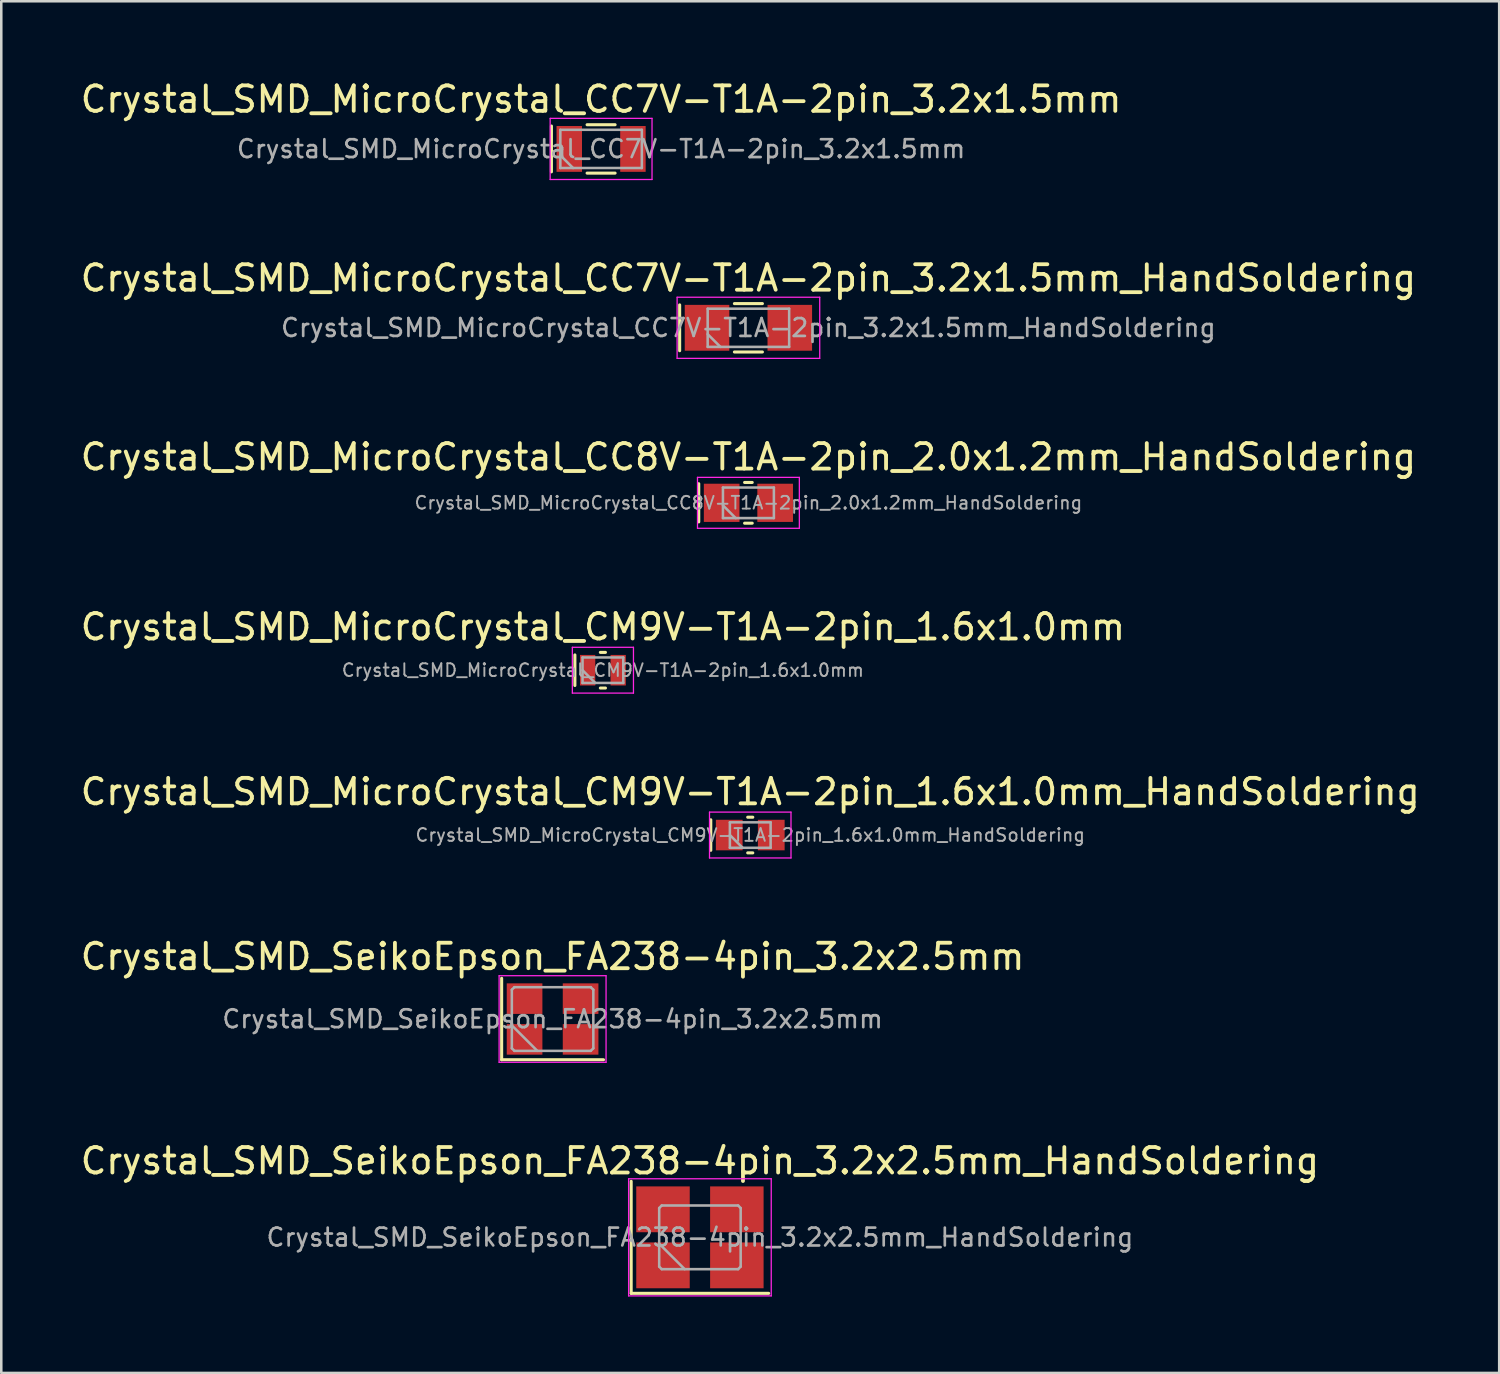
<source format=kicad_pcb>
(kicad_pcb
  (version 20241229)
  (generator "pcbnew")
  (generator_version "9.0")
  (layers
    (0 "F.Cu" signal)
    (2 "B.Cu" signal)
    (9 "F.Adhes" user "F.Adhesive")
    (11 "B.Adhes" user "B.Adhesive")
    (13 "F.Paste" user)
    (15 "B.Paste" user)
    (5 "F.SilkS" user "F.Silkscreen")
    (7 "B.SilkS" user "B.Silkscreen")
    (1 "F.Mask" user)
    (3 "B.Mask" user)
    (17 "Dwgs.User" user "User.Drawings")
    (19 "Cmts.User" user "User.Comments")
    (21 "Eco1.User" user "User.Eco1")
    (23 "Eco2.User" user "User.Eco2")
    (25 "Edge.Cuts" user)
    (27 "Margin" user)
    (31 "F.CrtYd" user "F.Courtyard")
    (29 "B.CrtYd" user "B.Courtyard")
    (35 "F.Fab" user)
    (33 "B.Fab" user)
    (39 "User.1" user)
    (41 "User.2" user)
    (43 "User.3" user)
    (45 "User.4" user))
  (footprint "Crystal_SMD_MicroCrystal_CC7V-T1A-2pin_3.2x1.5mm_HandSoldering"
    (layer "F.Cu")
    (at 26.339 9.822)
    (property "Reference" "Crystal_SMD_MicroCrystal_CC7V-T1A-2pin_3.2x1.5mm_HandSoldering" (at 0 -1.95 0) (layer "F.SilkS") (effects (font (size 1 1) (thickness 0.15))))
    (attr smd)
    (fp_line (start -2.7 -0.9) (end -2.7 0.9) (stroke (width 0.12) (type solid)) (layer "F.SilkS"))
    (fp_line (start -0.55 -0.95) (end 0.55 -0.95) (stroke (width 0.12) (type solid)) (layer "F.SilkS"))
    (fp_line (start -0.55 0.95) (end 0.55 0.95) (stroke (width 0.12) (type solid)) (layer "F.SilkS"))
    (fp_line (start -2.8 -1.2) (end -2.8 1.2) (stroke (width 0.05) (type solid)) (layer "F.CrtYd"))
    (fp_line (start -2.8 1.2) (end 2.8 1.2) (stroke (width 0.05) (type solid)) (layer "F.CrtYd"))
    (fp_line (start 2.8 -1.2) (end -2.8 -1.2) (stroke (width 0.05) (type solid)) (layer "F.CrtYd"))
    (fp_line (start 2.8 1.2) (end 2.8 -1.2) (stroke (width 0.05) (type solid)) (layer "F.CrtYd"))
    (fp_line (start -1.6 -0.75) (end -1.6 0.75) (stroke (width 0.1) (type solid)) (layer "F.Fab"))
    (fp_line (start -1.6 0.25) (end -1.1 0.75) (stroke (width 0.1) (type solid)) (layer "F.Fab"))
    (fp_line (start -1.6 0.75) (end 1.6 0.75) (stroke (width 0.1) (type solid)) (layer "F.Fab"))
    (fp_line (start 1.6 -0.75) (end -1.6 -0.75) (stroke (width 0.1) (type solid)) (layer "F.Fab"))
    (fp_line (start 1.6 0.75) (end 1.6 -0.75) (stroke (width 0.1) (type solid)) (layer "F.Fab"))
    (fp_text user "${REFERENCE}" (at 0 0 0) (layer "F.Fab") (effects (font (size 0.7 0.7) (thickness 0.105))))
    (pad "1" smd rect (at -1.625 0) (size 1.75 1.8) (layers "F.Cu" "F.Mask" "F.Paste"))
    (pad "2" smd rect (at 1.625 0) (size 1.75 1.8) (layers "F.Cu" "F.Mask" "F.Paste")))
  (footprint "Crystal_SMD_MicroCrystal_CC7V-T1A-2pin_3.2x1.5mm"
    (layer "F.Cu")
    (at 20.554 2.798)
    (property "Reference" "Crystal_SMD_MicroCrystal_CC7V-T1A-2pin_3.2x1.5mm" (at 0 -1.95 0) (layer "F.SilkS") (effects (font (size 1 1) (thickness 0.15))))
    (attr smd)
    (fp_line (start -1.95 -0.9) (end -1.95 0.9) (stroke (width 0.12) (type solid)) (layer "F.SilkS"))
    (fp_line (start -0.55 -0.95) (end 0.55 -0.95) (stroke (width 0.12) (type solid)) (layer "F.SilkS"))
    (fp_line (start -0.55 0.95) (end 0.55 0.95) (stroke (width 0.12) (type solid)) (layer "F.SilkS"))
    (fp_line (start -2 -1.2) (end -2 1.2) (stroke (width 0.05) (type solid)) (layer "F.CrtYd"))
    (fp_line (start -2 1.2) (end 2 1.2) (stroke (width 0.05) (type solid)) (layer "F.CrtYd"))
    (fp_line (start 2 -1.2) (end -2 -1.2) (stroke (width 0.05) (type solid)) (layer "F.CrtYd"))
    (fp_line (start 2 1.2) (end 2 -1.2) (stroke (width 0.05) (type solid)) (layer "F.CrtYd"))
    (fp_line (start -1.6 -0.75) (end -1.6 0.75) (stroke (width 0.1) (type solid)) (layer "F.Fab"))
    (fp_line (start -1.6 0.25) (end -1.1 0.75) (stroke (width 0.1) (type solid)) (layer "F.Fab"))
    (fp_line (start -1.6 0.75) (end 1.6 0.75) (stroke (width 0.1) (type solid)) (layer "F.Fab"))
    (fp_line (start 1.6 -0.75) (end -1.6 -0.75) (stroke (width 0.1) (type solid)) (layer "F.Fab"))
    (fp_line (start 1.6 0.75) (end 1.6 -0.75) (stroke (width 0.1) (type solid)) (layer "F.Fab"))
    (fp_text user "${REFERENCE}" (at 0 0 0) (layer "F.Fab") (effects (font (size 0.7 0.7) (thickness 0.105))))
    (pad "1" smd rect (at -1.25 0) (size 1 1.8) (layers "F.Cu" "F.Mask" "F.Paste"))
    (pad "2" smd rect (at 1.25 0) (size 1 1.8) (layers "F.Cu" "F.Mask" "F.Paste")))
  (footprint "Crystal_SMD_MicroCrystal_CC8V-T1A-2pin_2.0x1.2mm_HandSoldering"
    (layer "F.Cu")
    (at 26.339 16.695)
    (property "Reference" "Crystal_SMD_MicroCrystal_CC8V-T1A-2pin_2.0x1.2mm_HandSoldering" (at 0 -1.8 0) (layer "F.SilkS") (effects (font (size 1 1) (thickness 0.15))))
    (attr smd)
    (fp_line (start -1.95 -0.75) (end -1.95 0.75) (stroke (width 0.12) (type solid)) (layer "F.SilkS"))
    (fp_line (start -0.15 -0.8) (end 0.15 -0.8) (stroke (width 0.12) (type solid)) (layer "F.SilkS"))
    (fp_line (start -0.15 0.8) (end 0.15 0.8) (stroke (width 0.12) (type solid)) (layer "F.SilkS"))
    (fp_line (start -2 -1) (end -2 1) (stroke (width 0.05) (type solid)) (layer "F.CrtYd"))
    (fp_line (start -2 1) (end 2 1) (stroke (width 0.05) (type solid)) (layer "F.CrtYd"))
    (fp_line (start 2 -1) (end -2 -1) (stroke (width 0.05) (type solid)) (layer "F.CrtYd"))
    (fp_line (start 2 1) (end 2 -1) (stroke (width 0.05) (type solid)) (layer "F.CrtYd"))
    (fp_line (start -1 -0.6) (end -1 0.6) (stroke (width 0.1) (type solid)) (layer "F.Fab"))
    (fp_line (start -1 0.1) (end -0.5 0.6) (stroke (width 0.1) (type solid)) (layer "F.Fab"))
    (fp_line (start -1 0.6) (end 1 0.6) (stroke (width 0.1) (type solid)) (layer "F.Fab"))
    (fp_line (start 1 -0.6) (end -1 -0.6) (stroke (width 0.1) (type solid)) (layer "F.Fab"))
    (fp_line (start 1 0.6) (end 1 -0.6) (stroke (width 0.1) (type solid)) (layer "F.Fab"))
    (fp_text user "${REFERENCE}" (at 0 0 0) (layer "F.Fab") (effects (font (size 0.5 0.5) (thickness 0.075))))
    (pad "1" smd rect (at -1.05 0) (size 1.4 1.5) (layers "F.Cu" "F.Mask" "F.Paste"))
    (pad "2" smd rect (at 1.05 0) (size 1.4 1.5) (layers "F.Cu" "F.Mask" "F.Paste")))
  (footprint "Crystal_SMD_MicroCrystal_CM9V-T1A-2pin_1.6x1.0mm"
    (layer "F.Cu")
    (at 20.625 23.268)
    (property "Reference" "Crystal_SMD_MicroCrystal_CM9V-T1A-2pin_1.6x1.0mm" (at 0 -1.7 0) (layer "F.SilkS") (effects (font (size 1 1) (thickness 0.15))))
    (attr smd)
    (fp_line (start -1.1 -0.6) (end -1.1 0.6) (stroke (width 0.12) (type solid)) (layer "F.SilkS"))
    (fp_line (start -0.1 -0.7) (end 0.1 -0.7) (stroke (width 0.12) (type solid)) (layer "F.SilkS"))
    (fp_line (start -0.1 0.7) (end 0.1 0.7) (stroke (width 0.12) (type solid)) (layer "F.SilkS"))
    (fp_line (start -1.2 -0.9) (end -1.2 0.9) (stroke (width 0.05) (type solid)) (layer "F.CrtYd"))
    (fp_line (start -1.2 0.9) (end 1.2 0.9) (stroke (width 0.05) (type solid)) (layer "F.CrtYd"))
    (fp_line (start 1.2 -0.9) (end -1.2 -0.9) (stroke (width 0.05) (type solid)) (layer "F.CrtYd"))
    (fp_line (start 1.2 0.9) (end 1.2 -0.9) (stroke (width 0.05) (type solid)) (layer "F.CrtYd"))
    (fp_line (start -0.8 -0.5) (end -0.8 0.5) (stroke (width 0.1) (type solid)) (layer "F.Fab"))
    (fp_line (start -0.8 0) (end -0.3 0.5) (stroke (width 0.1) (type solid)) (layer "F.Fab"))
    (fp_line (start -0.8 0.5) (end 0.8 0.5) (stroke (width 0.1) (type solid)) (layer "F.Fab"))
    (fp_line (start 0.8 -0.5) (end -0.8 -0.5) (stroke (width 0.1) (type solid)) (layer "F.Fab"))
    (fp_line (start 0.8 0.5) (end 0.8 -0.5) (stroke (width 0.1) (type solid)) (layer "F.Fab"))
    (fp_text user "${REFERENCE}" (at 0 0 0) (layer "F.Fab") (effects (font (size 0.5 0.5) (thickness 0.075))))
    (pad "1" smd rect (at -0.6 0) (size 0.6 1.2) (layers "F.Cu" "F.Mask" "F.Paste"))
    (pad "2" smd rect (at 0.6 0) (size 0.6 1.2) (layers "F.Cu" "F.Mask" "F.Paste")))
  (footprint "Crystal_SMD_MicroCrystal_CM9V-T1A-2pin_1.6x1.0mm_HandSoldering"
    (layer "F.Cu")
    (at 26.411 29.741)
    (property "Reference" "Crystal_SMD_MicroCrystal_CM9V-T1A-2pin_1.6x1.0mm_HandSoldering" (at 0 -1.7 0) (layer "F.SilkS") (effects (font (size 1 1) (thickness 0.15))))
    (attr smd)
    (fp_line (start -1.55 -0.6) (end -1.55 0.6) (stroke (width 0.12) (type solid)) (layer "F.SilkS"))
    (fp_line (start -0.1 -0.7) (end 0.1 -0.7) (stroke (width 0.12) (type solid)) (layer "F.SilkS"))
    (fp_line (start -0.1 0.7) (end 0.1 0.7) (stroke (width 0.12) (type solid)) (layer "F.SilkS"))
    (fp_line (start -1.6 -0.9) (end -1.6 0.9) (stroke (width 0.05) (type solid)) (layer "F.CrtYd"))
    (fp_line (start -1.6 0.9) (end 1.6 0.9) (stroke (width 0.05) (type solid)) (layer "F.CrtYd"))
    (fp_line (start 1.6 -0.9) (end -1.6 -0.9) (stroke (width 0.05) (type solid)) (layer "F.CrtYd"))
    (fp_line (start 1.6 0.9) (end 1.6 -0.9) (stroke (width 0.05) (type solid)) (layer "F.CrtYd"))
    (fp_line (start -0.8 -0.5) (end -0.8 0.5) (stroke (width 0.1) (type solid)) (layer "F.Fab"))
    (fp_line (start -0.8 0) (end -0.3 0.5) (stroke (width 0.1) (type solid)) (layer "F.Fab"))
    (fp_line (start -0.8 0.5) (end 0.8 0.5) (stroke (width 0.1) (type solid)) (layer "F.Fab"))
    (fp_line (start 0.8 -0.5) (end -0.8 -0.5) (stroke (width 0.1) (type solid)) (layer "F.Fab"))
    (fp_line (start 0.8 0.5) (end 0.8 -0.5) (stroke (width 0.1) (type solid)) (layer "F.Fab"))
    (fp_text user "${REFERENCE}" (at 0 0 0) (layer "F.Fab") (effects (font (size 0.5 0.5) (thickness 0.075))))
    (pad "1" smd rect (at -0.825 0) (size 1.05 1.2) (layers "F.Cu" "F.Mask" "F.Paste"))
    (pad "2" smd rect (at 0.825 0) (size 1.05 1.2) (layers "F.Cu" "F.Mask" "F.Paste")))
  (footprint "Crystal_SMD_SeikoEpson_FA238-4pin_3.2x2.5mm_HandSoldering"
    (layer "F.Cu")
    (at 24.435 45.538)
    (property "Reference" "Crystal_SMD_SeikoEpson_FA238-4pin_3.2x2.5mm_HandSoldering" (at 0 -3 0) (layer "F.SilkS") (effects (font (size 1 1) (thickness 0.15))))
    (attr smd)
    (fp_line (start -2.7 -2.2) (end -2.7 2.2) (stroke (width 0.12) (type solid)) (layer "F.SilkS"))
    (fp_line (start -2.7 2.2) (end 2.7 2.2) (stroke (width 0.12) (type solid)) (layer "F.SilkS"))
    (fp_line (start -2.8 -2.3) (end -2.8 2.3) (stroke (width 0.05) (type solid)) (layer "F.CrtYd"))
    (fp_line (start -2.8 2.3) (end 2.8 2.3) (stroke (width 0.05) (type solid)) (layer "F.CrtYd"))
    (fp_line (start 2.8 -2.3) (end -2.8 -2.3) (stroke (width 0.05) (type solid)) (layer "F.CrtYd"))
    (fp_line (start 2.8 2.3) (end 2.8 -2.3) (stroke (width 0.05) (type solid)) (layer "F.CrtYd"))
    (fp_line (start -1.6 -1.15) (end -1.5 -1.25) (stroke (width 0.1) (type solid)) (layer "F.Fab"))
    (fp_line (start -1.6 0.25) (end -0.6 1.25) (stroke (width 0.1) (type solid)) (layer "F.Fab"))
    (fp_line (start -1.6 1.15) (end -1.6 -1.15) (stroke (width 0.1) (type solid)) (layer "F.Fab"))
    (fp_line (start -1.5 -1.25) (end 1.5 -1.25) (stroke (width 0.1) (type solid)) (layer "F.Fab"))
    (fp_line (start -1.5 1.25) (end -1.6 1.15) (stroke (width 0.1) (type solid)) (layer "F.Fab"))
    (fp_line (start 1.5 -1.25) (end 1.6 -1.15) (stroke (width 0.1) (type solid)) (layer "F.Fab"))
    (fp_line (start 1.5 1.25) (end -1.5 1.25) (stroke (width 0.1) (type solid)) (layer "F.Fab"))
    (fp_line (start 1.6 -1.15) (end 1.6 1.15) (stroke (width 0.1) (type solid)) (layer "F.Fab"))
    (fp_line (start 1.6 1.15) (end 1.5 1.25) (stroke (width 0.1) (type solid)) (layer "F.Fab"))
    (fp_text user "${REFERENCE}" (at 0 0 0) (layer "F.Fab") (effects (font (size 0.7 0.7) (thickness 0.105))))
    (pad "1" smd rect (at -1.45 1.1) (size 2.1 1.8) (layers "F.Cu" "F.Mask" "F.Paste"))
    (pad "2" smd rect (at 1.45 1.1) (size 2.1 1.8) (layers "F.Cu" "F.Mask" "F.Paste"))
    (pad "3" smd rect (at 1.45 -1.1) (size 2.1 1.8) (layers "F.Cu" "F.Mask" "F.Paste"))
    (pad "4" smd rect (at -1.45 -1.1) (size 2.1 1.8) (layers "F.Cu" "F.Mask" "F.Paste")))
  (footprint "Crystal_SMD_SeikoEpson_FA238-4pin_3.2x2.5mm"
    (layer "F.Cu")
    (at 18.649 36.965)
    (property "Reference" "Crystal_SMD_SeikoEpson_FA238-4pin_3.2x2.5mm" (at 0 -2.45 0) (layer "F.SilkS") (effects (font (size 1 1) (thickness 0.15))))
    (attr smd)
    (fp_line (start -2 -1.6) (end -2 1.6) (stroke (width 0.12) (type solid)) (layer "F.SilkS"))
    (fp_line (start -2 1.6) (end 2 1.6) (stroke (width 0.12) (type solid)) (layer "F.SilkS"))
    (fp_line (start -2.1 -1.7) (end -2.1 1.7) (stroke (width 0.05) (type solid)) (layer "F.CrtYd"))
    (fp_line (start -2.1 1.7) (end 2.1 1.7) (stroke (width 0.05) (type solid)) (layer "F.CrtYd"))
    (fp_line (start 2.1 -1.7) (end -2.1 -1.7) (stroke (width 0.05) (type solid)) (layer "F.CrtYd"))
    (fp_line (start 2.1 1.7) (end 2.1 -1.7) (stroke (width 0.05) (type solid)) (layer "F.CrtYd"))
    (fp_line (start -1.6 -1.15) (end -1.5 -1.25) (stroke (width 0.1) (type solid)) (layer "F.Fab"))
    (fp_line (start -1.6 0.25) (end -0.6 1.25) (stroke (width 0.1) (type solid)) (layer "F.Fab"))
    (fp_line (start -1.6 1.15) (end -1.6 -1.15) (stroke (width 0.1) (type solid)) (layer "F.Fab"))
    (fp_line (start -1.5 -1.25) (end 1.5 -1.25) (stroke (width 0.1) (type solid)) (layer "F.Fab"))
    (fp_line (start -1.5 1.25) (end -1.6 1.15) (stroke (width 0.1) (type solid)) (layer "F.Fab"))
    (fp_line (start 1.5 -1.25) (end 1.6 -1.15) (stroke (width 0.1) (type solid)) (layer "F.Fab"))
    (fp_line (start 1.5 1.25) (end -1.5 1.25) (stroke (width 0.1) (type solid)) (layer "F.Fab"))
    (fp_line (start 1.6 -1.15) (end 1.6 1.15) (stroke (width 0.1) (type solid)) (layer "F.Fab"))
    (fp_line (start 1.6 1.15) (end 1.5 1.25) (stroke (width 0.1) (type solid)) (layer "F.Fab"))
    (fp_text user "${REFERENCE}" (at 0 0 0) (layer "F.Fab") (effects (font (size 0.7 0.7) (thickness 0.105))))
    (pad "1" smd rect (at -1.1 0.8) (size 1.4 1.2) (layers "F.Cu" "F.Mask" "F.Paste"))
    (pad "2" smd rect (at 1.1 0.8) (size 1.4 1.2) (layers "F.Cu" "F.Mask" "F.Paste"))
    (pad "3" smd rect (at 1.1 -0.8) (size 1.4 1.2) (layers "F.Cu" "F.Mask" "F.Paste"))
    (pad "4" smd rect (at -1.1 -0.8) (size 1.4 1.2) (layers "F.Cu" "F.Mask" "F.Paste")))
  (gr_rect
    (start -3 -3)
    (end 55.821 50.863)
    (stroke (width 0.1) (type default))
    (fill no)
    (layer "Edge.Cuts")))
</source>
